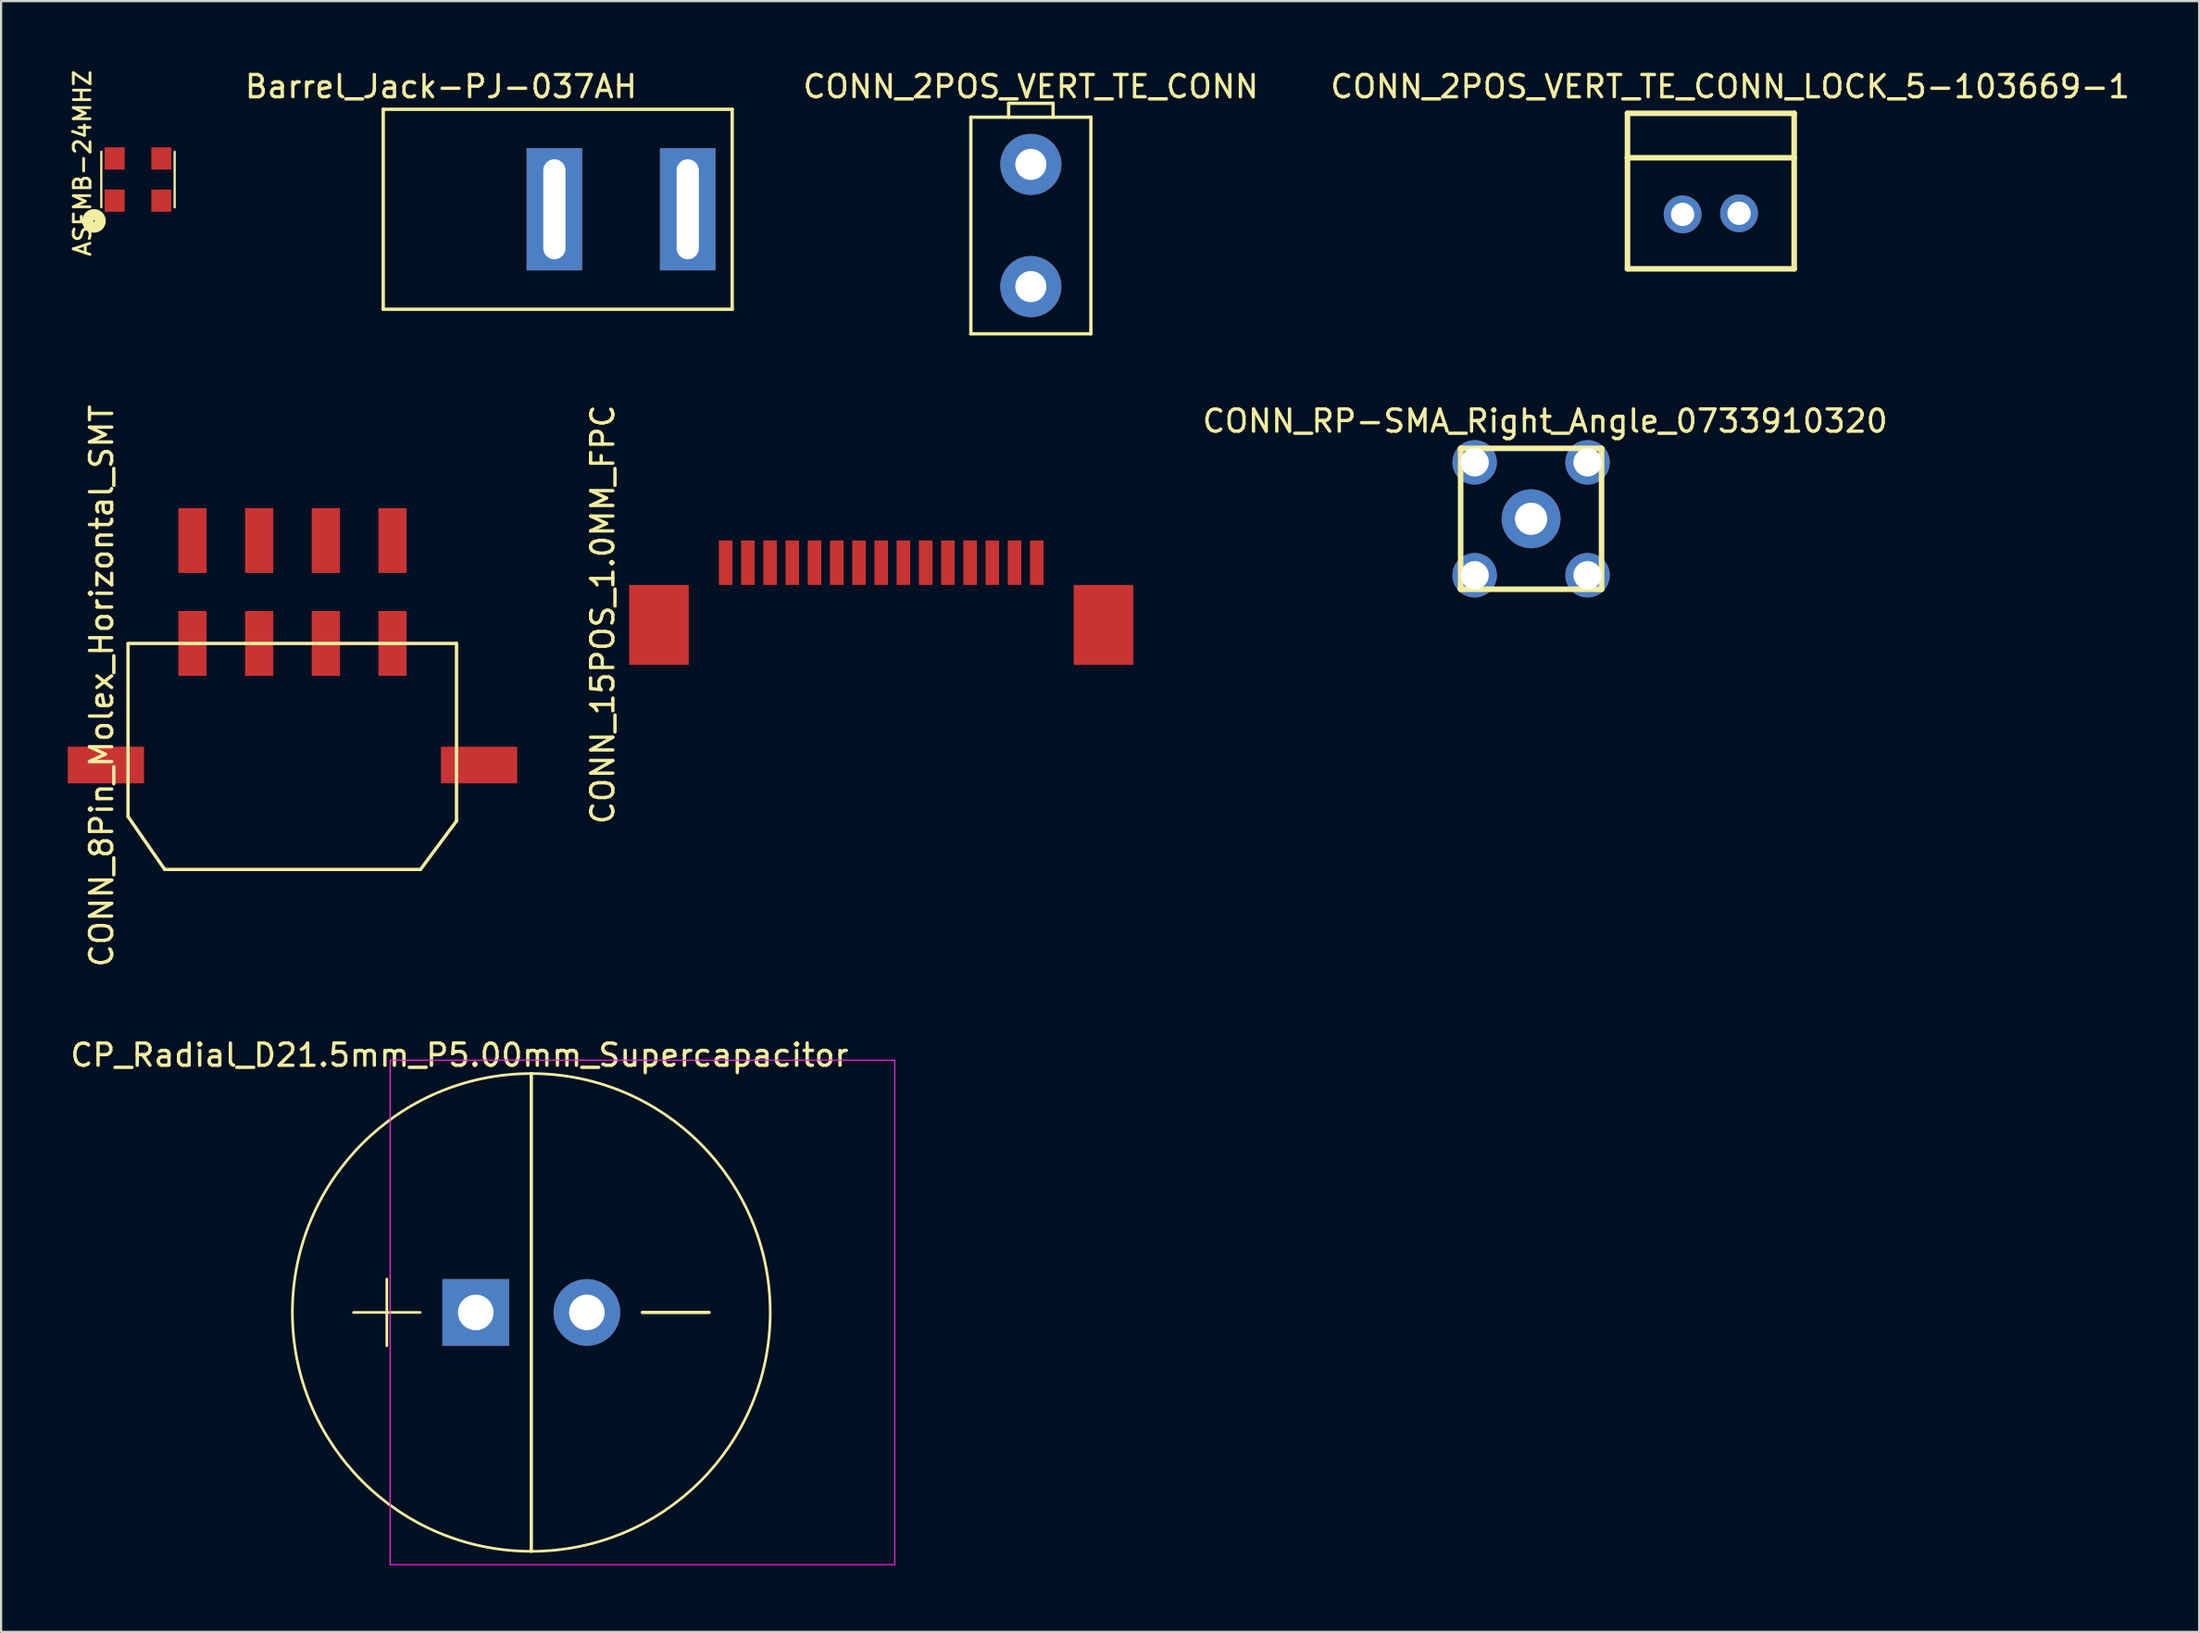
<source format=kicad_pcb>
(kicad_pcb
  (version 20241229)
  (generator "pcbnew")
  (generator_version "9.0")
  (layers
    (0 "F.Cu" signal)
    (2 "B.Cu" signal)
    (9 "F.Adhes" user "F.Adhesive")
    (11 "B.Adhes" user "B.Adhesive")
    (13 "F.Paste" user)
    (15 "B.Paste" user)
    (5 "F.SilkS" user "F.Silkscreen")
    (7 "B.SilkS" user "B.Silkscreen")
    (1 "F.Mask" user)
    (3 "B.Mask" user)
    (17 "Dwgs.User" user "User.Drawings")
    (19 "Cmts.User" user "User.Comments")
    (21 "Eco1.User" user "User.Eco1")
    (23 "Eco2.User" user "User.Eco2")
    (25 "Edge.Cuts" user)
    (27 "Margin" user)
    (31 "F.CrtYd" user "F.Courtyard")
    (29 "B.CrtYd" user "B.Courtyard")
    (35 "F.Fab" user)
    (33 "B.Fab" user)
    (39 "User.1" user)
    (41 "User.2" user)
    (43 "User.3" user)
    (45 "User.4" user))
  (footprint "Barrel_Jack-PJ-037AH"
    (layer "F.Cu")
    (at 27.893 6.368)
    (property "Reference" "Barrel_Jack-PJ-037AH" (at -11.1 -5.52 0) (layer "F.SilkS") (effects (font (size 1 1) (thickness 0.15))))
    (attr through_hole)
    (fp_line (start -13.7 -4.5) (end -13.7 4.5) (stroke (width 0.15) (type solid)) (layer "F.SilkS"))
    (fp_line (start -13.7 -4.5) (end 2 -4.5) (stroke (width 0.15) (type solid)) (layer "F.SilkS"))
    (fp_line (start -13.7 4.5) (end 2 4.5) (stroke (width 0.15) (type solid)) (layer "F.SilkS"))
    (fp_line (start 2 -4.5) (end 2 4.5) (stroke (width 0.15) (type solid)) (layer "F.SilkS"))
    (pad "1" thru_hole rect (at 0 0) (size 2.5 5.5) (drill oval 1 4.5) (layers "*.Cu" "*.Mask"))
    (pad "2" thru_hole rect (at -6 0) (size 2.5 5.5) (drill oval 1 4.5) (layers "*.Cu" "*.Mask")))
  (footprint "CONN_15POS_1.0MM_FPC"
    (layer "F.Cu")
    (at 29.598 22.272)
    (property "Reference" "CONN_15POS_1.0MM_FPC" (at -5.53 2.33 270) (layer "F.SilkS") (effects (font (size 1 1) (thickness 0.15))))
    (attr through_hole)
    (pad "" smd rect (at -3 2.8) (size 2.68 3.6) (layers "F.Cu" "F.Mask" "F.Paste"))
    (pad "" smd rect (at 17 2.8) (size 2.68 3.6) (layers "F.Cu" "F.Mask" "F.Paste"))
    (pad "1" smd rect (at 14 0) (size 0.61 2) (layers "F.Cu" "F.Mask" "F.Paste"))
    (pad "2" smd rect (at 13 0) (size 0.61 2) (layers "F.Cu" "F.Mask" "F.Paste"))
    (pad "3" smd rect (at 12 0) (size 0.61 2) (layers "F.Cu" "F.Mask" "F.Paste"))
    (pad "4" smd rect (at 11 0) (size 0.61 2) (layers "F.Cu" "F.Mask" "F.Paste"))
    (pad "5" smd rect (at 10 0) (size 0.61 2) (layers "F.Cu" "F.Mask" "F.Paste"))
    (pad "6" smd rect (at 9 0) (size 0.61 2) (layers "F.Cu" "F.Mask" "F.Paste"))
    (pad "7" smd rect (at 8 0) (size 0.61 2) (layers "F.Cu" "F.Mask" "F.Paste"))
    (pad "8" smd rect (at 7 0) (size 0.61 2) (layers "F.Cu" "F.Mask" "F.Paste"))
    (pad "9" smd rect (at 6 0) (size 0.61 2) (layers "F.Cu" "F.Mask" "F.Paste"))
    (pad "10" smd rect (at 5 0) (size 0.61 2) (layers "F.Cu" "F.Mask" "F.Paste"))
    (pad "11" smd rect (at 4 0) (size 0.61 2) (layers "F.Cu" "F.Mask" "F.Paste"))
    (pad "12" smd rect (at 3 0) (size 0.61 2) (layers "F.Cu" "F.Mask" "F.Paste"))
    (pad "13" smd rect (at 2 0) (size 0.61 2) (layers "F.Cu" "F.Mask" "F.Paste"))
    (pad "14" smd rect (at 1 0) (size 0.61 2) (layers "F.Cu" "F.Mask" "F.Paste"))
    (pad "15" smd rect (at 0 0) (size 0.61 2) (layers "F.Cu" "F.Mask" "F.Paste")))
  (footprint "CONN_2POS_VERT_TE_CONN"
    (layer "F.Cu")
    (at 43.331 7.098)
    (property "Reference" "CONN_2POS_VERT_TE_CONN" (at 0 -6.25 0) (layer "F.SilkS") (effects (font (size 1 1) (thickness 0.15))))
    (attr through_hole)
    (fp_line (start -2.7 -4.875) (end 2.7 -4.875) (stroke (width 0.15) (type solid)) (layer "F.SilkS"))
    (fp_line (start -2.7 4.875) (end -2.7 -4.875) (stroke (width 0.15) (type solid)) (layer "F.SilkS"))
    (fp_line (start -1 -5.5) (end 1 -5.5) (stroke (width 0.15) (type solid)) (layer "F.SilkS"))
    (fp_line (start -1 -4.875) (end -1 -5.5) (stroke (width 0.15) (type solid)) (layer "F.SilkS"))
    (fp_line (start 1 -5.5) (end 1 -4.875) (stroke (width 0.15) (type solid)) (layer "F.SilkS"))
    (fp_line (start 2.7 -4.875) (end 2.7 4.875) (stroke (width 0.15) (type solid)) (layer "F.SilkS"))
    (fp_line (start 2.7 4.875) (end -2.7 4.875) (stroke (width 0.15) (type solid)) (layer "F.SilkS"))
    (pad "1" thru_hole circle (at 0 -2.75) (size 2.75 2.75) (drill 1.4) (layers "*.Cu" "*.Mask"))
    (pad "2" thru_hole circle (at 0 2.75) (size 2.75 2.75) (drill 1.4) (layers "*.Cu" "*.Mask")))
  (footprint "CONN_RP-SMA_Right_Angle_0733910320"
    (layer "F.Cu")
    (at 65.838 20.297)
    (property "Reference" "CONN_RP-SMA_Right_Angle_0733910320" (at 0.63 -4.4 0) (layer "F.SilkS") (effects (font (size 1 1) (thickness 0.15))))
    (attr through_hole)
    (fp_line (start -3.17 -3.17) (end -3.17 3.17) (stroke (width 0.25) (type solid)) (layer "F.SilkS"))
    (fp_line (start -3.17 -3.17) (end 3.17 -3.17) (stroke (width 0.25) (type solid)) (layer "F.SilkS"))
    (fp_line (start -3.17 3.17) (end 3.17 3.17) (stroke (width 0.25) (type solid)) (layer "F.SilkS"))
    (fp_line (start -3.16 3.08) (end -3.17 3.11) (stroke (width 0.25) (type solid)) (layer "F.SilkS"))
    (fp_line (start 3.17 -3.17) (end 3.17 3.17) (stroke (width 0.25) (type solid)) (layer "F.SilkS"))
    (pad "1" thru_hole circle (at 0 0) (size 2.65 2.65) (drill 1.45) (layers "*.Cu" "*.Mask"))
    (pad "2" thru_hole circle (at -2.54 -2.54) (size 2 2) (drill 1.27) (layers "*.Cu" "*.Mask"))
    (pad "2" thru_hole circle (at -2.54 2.54) (size 2 2) (drill 1.27) (layers "*.Cu" "*.Mask"))
    (pad "2" thru_hole circle (at 2.54 -2.54) (size 2 2) (drill 1.27) (layers "*.Cu" "*.Mask"))
    (pad "2" thru_hole circle (at 2.54 2.54) (size 2 2) (drill 1.27) (layers "*.Cu" "*.Mask")))
  (footprint "CONN_2POS_VERT_TE_CONN_LOCK_5-103669-1"
    (layer "F.Cu")
    (at 73.925 6.548)
    (property "Reference" "CONN_2POS_VERT_TE_CONN_LOCK_5-103669-1" (at 0.87 -5.7 0) (layer "F.SilkS") (effects (font (size 1 1) (thickness 0.15))))
    (attr through_hole)
    (fp_line (start -3.75 -4.5) (end -3.75 -2.5) (stroke (width 0.25) (type solid)) (layer "F.SilkS"))
    (fp_line (start -3.75 -4.5) (end 3.75 -4.5) (stroke (width 0.25) (type solid)) (layer "F.SilkS"))
    (fp_line (start -3.75 -2.5) (end -3.75 2.5) (stroke (width 0.25) (type solid)) (layer "F.SilkS"))
    (fp_line (start -3.75 -2.5) (end 3.75 -2.5) (stroke (width 0.25) (type solid)) (layer "F.SilkS"))
    (fp_line (start -3.75 2.5) (end 3.75 2.5) (stroke (width 0.25) (type solid)) (layer "F.SilkS"))
    (fp_line (start 3.75 -2.5) (end 3.75 -4.5) (stroke (width 0.25) (type solid)) (layer "F.SilkS"))
    (fp_line (start 3.75 -2.5) (end 3.75 2.5) (stroke (width 0.25) (type solid)) (layer "F.SilkS"))
    (pad "1" thru_hole circle (at 1.27 0) (size 1.7 1.7) (drill 1.05) (layers "*.Cu" "*.Mask"))
    (pad "2" thru_hole circle (at -1.27 0.05) (size 1.7 1.7) (drill 1.05) (layers "*.Cu" "*.Mask")))
  (footprint "CONN_8Pin_Molex_Horizontal_SMT"
    (layer "F.Cu")
    (at 14.61 25.906)
    (property "Reference" "CONN_8Pin_Molex_Horizontal_SMT" (at -13.09 1.91 90) (layer "F.SilkS") (effects (font (size 1 1) (thickness 0.15))))
    (attr through_hole)
    (fp_line (start -11.9 0.02) (end -11.9 7.79) (stroke (width 0.15) (type solid)) (layer "F.SilkS"))
    (fp_line (start -11.9 7.79) (end -10.25 10.17) (stroke (width 0.15) (type solid)) (layer "F.SilkS"))
    (fp_line (start -10.25 10.17) (end 1.26 10.17) (stroke (width 0.15) (type solid)) (layer "F.SilkS"))
    (fp_line (start 1.26 10.17) (end 2.88 7.99) (stroke (width 0.15) (type solid)) (layer "F.SilkS"))
    (fp_line (start 2.88 0) (end -11.9 0) (stroke (width 0.15) (type solid)) (layer "F.SilkS"))
    (fp_line (start 2.88 7.98) (end 2.88 0) (stroke (width 0.15) (type solid)) (layer "F.SilkS"))
    (pad "" smd rect (at -12.895 5.47) (size 3.43 1.65) (layers "F.Cu" "F.Mask" "F.Paste"))
    (pad "" smd rect (at 3.895 5.47) (size 3.43 1.65) (layers "F.Cu" "F.Mask" "F.Paste"))
    (pad "1" smd rect (at 0 0) (size 1.27 2.92) (layers "F.Cu" "F.Mask" "F.Paste"))
    (pad "2" smd rect (at -3 0) (size 1.27 2.92) (layers "F.Cu" "F.Mask" "F.Paste"))
    (pad "3" smd rect (at -6 0) (size 1.27 2.92) (layers "F.Cu" "F.Mask" "F.Paste"))
    (pad "4" smd rect (at -9 0) (size 1.27 2.92) (layers "F.Cu" "F.Mask" "F.Paste"))
    (pad "5" smd rect (at 0 -4.63) (size 1.27 2.92) (layers "F.Cu" "F.Mask" "F.Paste"))
    (pad "6" smd rect (at -3 -4.63) (size 1.27 2.92) (layers "F.Cu" "F.Mask" "F.Paste"))
    (pad "7" smd rect (at -6 -4.63) (size 1.27 2.92) (layers "F.Cu" "F.Mask" "F.Paste"))
    (pad "8" smd rect (at -9 -4.63) (size 1.27 2.92) (layers "F.Cu" "F.Mask" "F.Paste")))
  (footprint "ASEMB-24MHZ"
    (layer "F.Cu")
    (at 2.108 5.981)
    (property "Reference" "ASEMB-24MHZ" (at -1.45 -1.69 90) (layer "F.SilkS") (effects (font (size 0.75 0.75) (thickness 0.125))))
    (attr through_hole)
    (fp_line (start -0.6 -2.2) (end -0.6 0.3) (stroke (width 0.1) (type solid)) (layer "F.SilkS"))
    (fp_line (start 2.7 -2.2) (end 2.7 0.3) (stroke (width 0.1) (type solid)) (layer "F.SilkS"))
    (fp_circle (center -0.93 0.91) (end -0.96 0.9) (stroke (width 0.5) (type solid)) (fill no) (layer "F.SilkS"))
    (pad "1" smd rect (at 0 0) (size 0.9 1) (layers "F.Cu" "F.Mask" "F.Paste"))
    (pad "2" smd rect (at 2.1 0) (size 0.9 1) (layers "F.Cu" "F.Mask" "F.Paste"))
    (pad "3" smd rect (at 2.1 -1.9) (size 0.9 1) (layers "F.Cu" "F.Mask" "F.Paste"))
    (pad "4" smd rect (at 0 -1.9) (size 0.9 1) (layers "F.Cu" "F.Mask" "F.Paste")))
  (footprint "CP_Radial_D21.5mm_P5.00mm_Supercapacitor"
    (layer "F.Cu")
    (at 20.855 56.012)
    (property "Reference" "CP_Radial_D21.5mm_P5.00mm_Supercapacitor" (at -3.23 -11.58 0) (layer "F.SilkS") (effects (font (size 1 1) (thickness 0.15))))
    (attr through_hole)
    (fp_line (start -8 0) (end -5 0) (stroke (width 0.12) (type solid)) (layer "F.SilkS"))
    (fp_line (start -6.5 -1.5) (end -6.5 1.5) (stroke (width 0.12) (type solid)) (layer "F.SilkS"))
    (fp_line (start 0 -10.75) (end 0 10.75) (stroke (width 0.15) (type solid)) (layer "F.SilkS"))
    (fp_line (start 5 0) (end 8 0) (stroke (width 0.15) (type solid)) (layer "F.SilkS"))
    (fp_circle (center 0 0) (end 10.75 0) (stroke (width 0.12) (type solid)) (fill no) (layer "F.SilkS"))
    (fp_line (start -6.35 -11.35) (end -6.35 11.35) (stroke (width 0.05) (type solid)) (layer "F.CrtYd"))
    (fp_line (start -6.35 11.35) (end 16.35 11.35) (stroke (width 0.05) (type solid)) (layer "F.CrtYd"))
    (fp_line (start 16.35 -11.35) (end -6.35 -11.35) (stroke (width 0.05) (type solid)) (layer "F.CrtYd"))
    (fp_line (start 16.35 11.35) (end 16.35 -11.35) (stroke (width 0.05) (type solid)) (layer "F.CrtYd"))
    (pad "1" thru_hole rect (at -2.5 0) (size 3 3) (drill 1.6) (layers "*.Cu" "*.Mask"))
    (pad "2" thru_hole circle (at 2.5 0) (size 3 3) (drill 1.6) (layers "*.Cu" "*.Mask")))
  (gr_rect
    (start -3 -3)
    (end 95.896 70.387)
    (stroke (width 0.1) (type default))
    (fill no)
    (layer "Edge.Cuts")))
</source>
